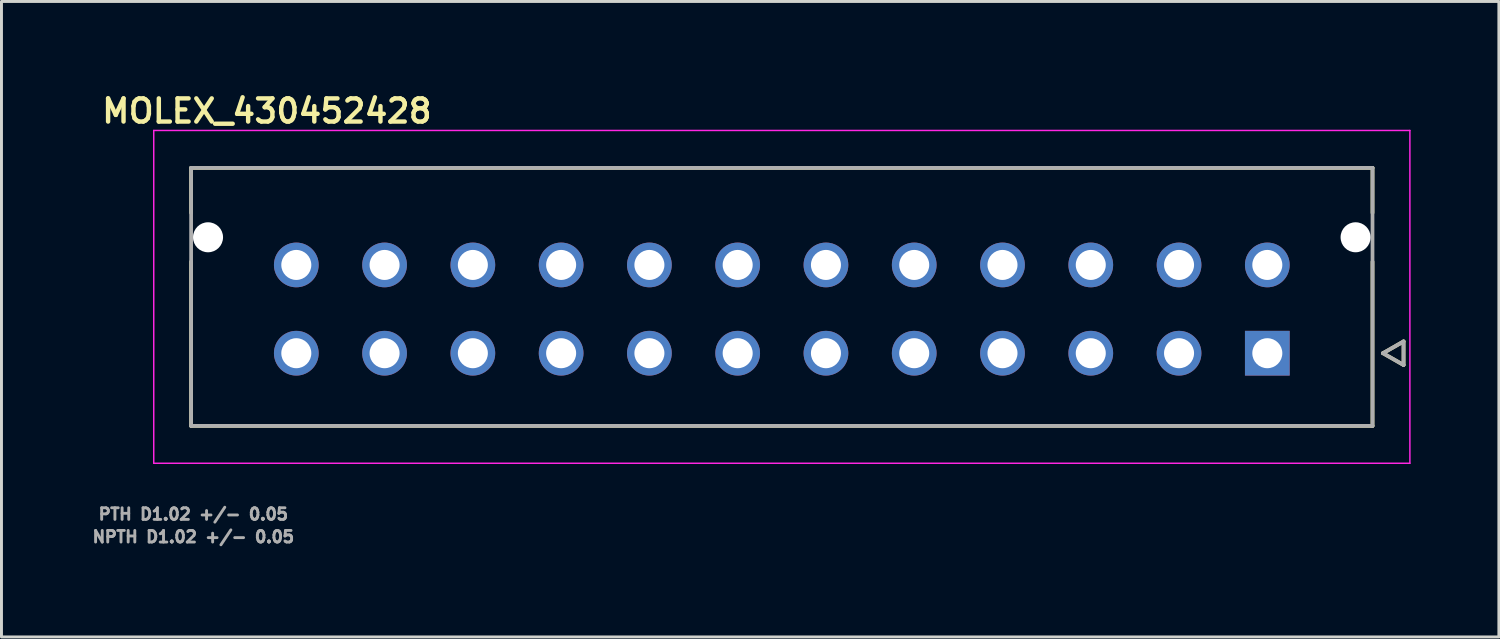
<source format=kicad_pcb>
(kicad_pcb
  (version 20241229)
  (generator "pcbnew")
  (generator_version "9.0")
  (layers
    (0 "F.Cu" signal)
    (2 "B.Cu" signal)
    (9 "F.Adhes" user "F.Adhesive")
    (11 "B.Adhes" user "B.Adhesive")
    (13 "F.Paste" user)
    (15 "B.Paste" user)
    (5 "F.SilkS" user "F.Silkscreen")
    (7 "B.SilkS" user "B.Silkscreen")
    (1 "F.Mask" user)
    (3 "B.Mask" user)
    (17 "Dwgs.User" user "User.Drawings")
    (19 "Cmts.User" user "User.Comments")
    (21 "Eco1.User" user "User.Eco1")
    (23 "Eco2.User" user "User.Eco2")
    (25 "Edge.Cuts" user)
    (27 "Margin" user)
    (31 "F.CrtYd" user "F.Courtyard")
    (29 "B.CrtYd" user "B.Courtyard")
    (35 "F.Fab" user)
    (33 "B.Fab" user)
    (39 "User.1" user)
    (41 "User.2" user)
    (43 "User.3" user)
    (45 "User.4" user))
  (footprint "MOLEX_430452428"
    (layer "F.Cu")
    (at 40.02 8.954)
    (property "Reference" "MOLEX_430452428" (at -34 -8.23 0) (layer "F.SilkS") (effects (font (size 0.787 0.787) (thickness 0.15))))
    (attr through_hole)
    (fp_circle (center -36 -3.94) (end -35.707 -3.94) (stroke (width 0.586) (type solid)) (fill no) (layer "F.Mask"))
    (fp_circle (center -33 -3) (end -32.582 -3) (stroke (width 0.836) (type solid)) (fill no) (layer "F.Mask"))
    (fp_circle (center -33 0) (end -32.582 0) (stroke (width 0.836) (type solid)) (fill no) (layer "F.Mask"))
    (fp_circle (center -30 -3) (end -29.582 -3) (stroke (width 0.836) (type solid)) (fill no) (layer "F.Mask"))
    (fp_circle (center -30 0) (end -29.582 0) (stroke (width 0.836) (type solid)) (fill no) (layer "F.Mask"))
    (fp_circle (center -27 -3) (end -26.582 -3) (stroke (width 0.836) (type solid)) (fill no) (layer "F.Mask"))
    (fp_circle (center -27 0) (end -26.582 0) (stroke (width 0.836) (type solid)) (fill no) (layer "F.Mask"))
    (fp_circle (center -24 -3) (end -23.582 -3) (stroke (width 0.836) (type solid)) (fill no) (layer "F.Mask"))
    (fp_circle (center -24 0) (end -23.582 0) (stroke (width 0.836) (type solid)) (fill no) (layer "F.Mask"))
    (fp_circle (center -21 -3) (end -20.582 -3) (stroke (width 0.836) (type solid)) (fill no) (layer "F.Mask"))
    (fp_circle (center -21 0) (end -20.582 0) (stroke (width 0.836) (type solid)) (fill no) (layer "F.Mask"))
    (fp_circle (center -18 -3) (end -17.582 -3) (stroke (width 0.836) (type solid)) (fill no) (layer "F.Mask"))
    (fp_circle (center -18 0) (end -17.582 0) (stroke (width 0.836) (type solid)) (fill no) (layer "F.Mask"))
    (fp_circle (center -15 -3) (end -14.582 -3) (stroke (width 0.836) (type solid)) (fill no) (layer "F.Mask"))
    (fp_circle (center -15 0) (end -14.582 0) (stroke (width 0.836) (type solid)) (fill no) (layer "F.Mask"))
    (fp_circle (center -12 -3) (end -11.582 -3) (stroke (width 0.836) (type solid)) (fill no) (layer "F.Mask"))
    (fp_circle (center -12 0) (end -11.582 0) (stroke (width 0.836) (type solid)) (fill no) (layer "F.Mask"))
    (fp_circle (center -9 -3) (end -8.582 -3) (stroke (width 0.836) (type solid)) (fill no) (layer "F.Mask"))
    (fp_circle (center -9 0) (end -8.582 0) (stroke (width 0.836) (type solid)) (fill no) (layer "F.Mask"))
    (fp_circle (center -6 -3) (end -5.582 -3) (stroke (width 0.836) (type solid)) (fill no) (layer "F.Mask"))
    (fp_circle (center -6 0) (end -5.582 0) (stroke (width 0.836) (type solid)) (fill no) (layer "F.Mask"))
    (fp_circle (center -3 -3) (end -2.582 -3) (stroke (width 0.836) (type solid)) (fill no) (layer "F.Mask"))
    (fp_circle (center -3 0) (end -2.582 0) (stroke (width 0.836) (type solid)) (fill no) (layer "F.Mask"))
    (fp_circle (center 0 -3) (end 0.418 -3) (stroke (width 0.836) (type solid)) (fill no) (layer "F.Mask"))
    (fp_circle (center 3 -3.94) (end 3.293 -3.94) (stroke (width 0.586) (type solid)) (fill no) (layer "F.Mask"))
    (fp_poly (pts (xy -0.836 -0.836) (xy 0.836 -0.836) (xy 0.836 0.836) (xy -0.836 0.836)) (stroke (width 0.01) (type solid)) (fill yes) (layer "F.Mask"))
    (fp_circle (center -36 -3.94) (end -35.707 -3.94) (stroke (width 0.586) (type solid)) (fill no) (layer "B.Mask"))
    (fp_circle (center -33 -3) (end -32.582 -3) (stroke (width 0.836) (type solid)) (fill no) (layer "B.Mask"))
    (fp_circle (center -33 0) (end -32.582 0) (stroke (width 0.836) (type solid)) (fill no) (layer "B.Mask"))
    (fp_circle (center -30 -3) (end -29.582 -3) (stroke (width 0.836) (type solid)) (fill no) (layer "B.Mask"))
    (fp_circle (center -30 0) (end -29.582 0) (stroke (width 0.836) (type solid)) (fill no) (layer "B.Mask"))
    (fp_circle (center -27 -3) (end -26.582 -3) (stroke (width 0.836) (type solid)) (fill no) (layer "B.Mask"))
    (fp_circle (center -27 0) (end -26.582 0) (stroke (width 0.836) (type solid)) (fill no) (layer "B.Mask"))
    (fp_circle (center -24 -3) (end -23.582 -3) (stroke (width 0.836) (type solid)) (fill no) (layer "B.Mask"))
    (fp_circle (center -24 0) (end -23.582 0) (stroke (width 0.836) (type solid)) (fill no) (layer "B.Mask"))
    (fp_circle (center -21 -3) (end -20.582 -3) (stroke (width 0.836) (type solid)) (fill no) (layer "B.Mask"))
    (fp_circle (center -21 0) (end -20.582 0) (stroke (width 0.836) (type solid)) (fill no) (layer "B.Mask"))
    (fp_circle (center -18 -3) (end -17.582 -3) (stroke (width 0.836) (type solid)) (fill no) (layer "B.Mask"))
    (fp_circle (center -18 0) (end -17.582 0) (stroke (width 0.836) (type solid)) (fill no) (layer "B.Mask"))
    (fp_circle (center -15 -3) (end -14.582 -3) (stroke (width 0.836) (type solid)) (fill no) (layer "B.Mask"))
    (fp_circle (center -15 0) (end -14.582 0) (stroke (width 0.836) (type solid)) (fill no) (layer "B.Mask"))
    (fp_circle (center -12 -3) (end -11.582 -3) (stroke (width 0.836) (type solid)) (fill no) (layer "B.Mask"))
    (fp_circle (center -12 0) (end -11.582 0) (stroke (width 0.836) (type solid)) (fill no) (layer "B.Mask"))
    (fp_circle (center -9 -3) (end -8.582 -3) (stroke (width 0.836) (type solid)) (fill no) (layer "B.Mask"))
    (fp_circle (center -9 0) (end -8.582 0) (stroke (width 0.836) (type solid)) (fill no) (layer "B.Mask"))
    (fp_circle (center -6 -3) (end -5.582 -3) (stroke (width 0.836) (type solid)) (fill no) (layer "B.Mask"))
    (fp_circle (center -6 0) (end -5.582 0) (stroke (width 0.836) (type solid)) (fill no) (layer "B.Mask"))
    (fp_circle (center -3 -3) (end -2.582 -3) (stroke (width 0.836) (type solid)) (fill no) (layer "B.Mask"))
    (fp_circle (center -3 0) (end -2.582 0) (stroke (width 0.836) (type solid)) (fill no) (layer "B.Mask"))
    (fp_circle (center 0 -3) (end 0.418 -3) (stroke (width 0.836) (type solid)) (fill no) (layer "B.Mask"))
    (fp_circle (center 0 -3) (end 0.418 -3) (stroke (width 0.836) (type solid)) (fill no) (layer "B.Mask"))
    (fp_circle (center 3 -3.94) (end 3.293 -3.94) (stroke (width 0.586) (type solid)) (fill no) (layer "B.Mask"))
    (fp_poly (pts (xy -0.836 -0.836) (xy 0.836 -0.836) (xy 0.836 0.836) (xy -0.836 0.836)) (stroke (width 0.01) (type solid)) (fill yes) (layer "B.Mask"))
    (fp_line (start -36.575 -6.3) (end 3.575 -6.3) (stroke (width 0.127) (type solid)) (layer "F.SilkS"))
    (fp_line (start -36.575 -4.77) (end -36.575 -6.3) (stroke (width 0.127) (type solid)) (layer "F.SilkS"))
    (fp_line (start -36.575 2.47) (end -36.575 -3.11) (stroke (width 0.127) (type solid)) (layer "F.SilkS"))
    (fp_line (start 3.575 -6.3) (end 3.575 -4.77) (stroke (width 0.127) (type solid)) (layer "F.SilkS"))
    (fp_line (start 3.575 -3.11) (end 3.575 2.47) (stroke (width 0.127) (type solid)) (layer "F.SilkS"))
    (fp_line (start 3.575 2.47) (end -36.575 2.47) (stroke (width 0.127) (type solid)) (layer "F.SilkS"))
    (fp_line (start 3.93 0) (end 4.63 0.4) (stroke (width 0.127) (type solid)) (layer "F.SilkS"))
    (fp_line (start 4.63 -0.4) (end 3.93 0) (stroke (width 0.127) (type solid)) (layer "F.SilkS"))
    (fp_line (start 4.63 0.4) (end 4.63 -0.4) (stroke (width 0.127) (type solid)) (layer "F.SilkS"))
    (fp_line (start -37.845 -7.57) (end 4.845 -7.57) (stroke (width 0.05) (type solid)) (layer "F.CrtYd"))
    (fp_line (start -37.845 3.74) (end -37.845 -7.57) (stroke (width 0.05) (type solid)) (layer "F.CrtYd"))
    (fp_line (start 4.845 -7.57) (end 4.845 3.74) (stroke (width 0.05) (type solid)) (layer "F.CrtYd"))
    (fp_line (start 4.845 3.74) (end -37.845 3.74) (stroke (width 0.05) (type solid)) (layer "F.CrtYd"))
    (fp_line (start -36.575 -6.3) (end -36.575 2.47) (stroke (width 0.127) (type solid)) (layer "F.Fab"))
    (fp_line (start -36.575 2.47) (end 3.575 2.47) (stroke (width 0.127) (type solid)) (layer "F.Fab"))
    (fp_line (start 3.575 -6.3) (end -36.575 -6.3) (stroke (width 0.127) (type solid)) (layer "F.Fab"))
    (fp_line (start 3.575 2.47) (end 3.575 -6.3) (stroke (width 0.127) (type solid)) (layer "F.Fab"))
    (fp_line (start 3.93 0) (end 4.63 0.4) (stroke (width 0.127) (type solid)) (layer "F.Fab"))
    (fp_line (start 4.63 -0.4) (end 3.93 0) (stroke (width 0.127) (type solid)) (layer "F.Fab"))
    (fp_line (start 4.63 0.4) (end 4.63 -0.4) (stroke (width 0.127) (type solid)) (layer "F.Fab"))
    (fp_text user "NPTH D1.02 +/- 0.05" (at -36.5 6.24 0) (layer "F.Fab") (effects (font (size 0.394 0.394) (thickness 0.15))))
    (fp_text user "PTH D1.02 +/- 0.05" (at -36.5 5.47 0) (layer "F.Fab") (effects (font (size 0.394 0.394) (thickness 0.15))))
    (pad "" np_thru_hole circle (at -36 -3.94) (size 1.02 1.02) (drill 1.02) (layers "*.Cu" "*.Mask"))
    (pad "" np_thru_hole circle (at 3 -3.94) (size 1.02 1.02) (drill 1.02) (layers "*.Cu" "*.Mask"))
    (pad "1" thru_hole rect (at 0 0) (size 1.52 1.52) (drill 1.02) (layers "*.Cu"))
    (pad "2" thru_hole circle (at -3 0) (size 1.52 1.52) (drill 1.02) (layers "*.Cu"))
    (pad "3" thru_hole circle (at -6 0) (size 1.52 1.52) (drill 1.02) (layers "*.Cu"))
    (pad "4" thru_hole circle (at -9 0) (size 1.52 1.52) (drill 1.02) (layers "*.Cu"))
    (pad "5" thru_hole circle (at -12 0) (size 1.52 1.52) (drill 1.02) (layers "*.Cu"))
    (pad "6" thru_hole circle (at -15 0) (size 1.52 1.52) (drill 1.02) (layers "*.Cu"))
    (pad "7" thru_hole circle (at -18 0) (size 1.52 1.52) (drill 1.02) (layers "*.Cu"))
    (pad "8" thru_hole circle (at -21 0) (size 1.52 1.52) (drill 1.02) (layers "*.Cu"))
    (pad "9" thru_hole circle (at -24 0) (size 1.52 1.52) (drill 1.02) (layers "*.Cu"))
    (pad "10" thru_hole circle (at -27 0) (size 1.52 1.52) (drill 1.02) (layers "*.Cu"))
    (pad "11" thru_hole circle (at -30 0) (size 1.52 1.52) (drill 1.02) (layers "*.Cu"))
    (pad "12" thru_hole circle (at -33 0) (size 1.52 1.52) (drill 1.02) (layers "*.Cu"))
    (pad "13" thru_hole circle (at 0 -3) (size 1.52 1.52) (drill 1.02) (layers "*.Cu"))
    (pad "14" thru_hole circle (at -3 -3) (size 1.52 1.52) (drill 1.02) (layers "*.Cu"))
    (pad "15" thru_hole circle (at -6 -3) (size 1.52 1.52) (drill 1.02) (layers "*.Cu"))
    (pad "16" thru_hole circle (at -9 -3) (size 1.52 1.52) (drill 1.02) (layers "*.Cu"))
    (pad "17" thru_hole circle (at -12 -3) (size 1.52 1.52) (drill 1.02) (layers "*.Cu"))
    (pad "18" thru_hole circle (at -15 -3) (size 1.52 1.52) (drill 1.02) (layers "*.Cu"))
    (pad "19" thru_hole circle (at -18 -3) (size 1.52 1.52) (drill 1.02) (layers "*.Cu"))
    (pad "20" thru_hole circle (at -21 -3) (size 1.52 1.52) (drill 1.02) (layers "*.Cu"))
    (pad "21" thru_hole circle (at -24 -3) (size 1.52 1.52) (drill 1.02) (layers "*.Cu"))
    (pad "22" thru_hole circle (at -27 -3) (size 1.52 1.52) (drill 1.02) (layers "*.Cu"))
    (pad "23" thru_hole circle (at -30 -3) (size 1.52 1.52) (drill 1.02) (layers "*.Cu"))
    (pad "24" thru_hole circle (at -33 -3) (size 1.52 1.52) (drill 1.02) (layers "*.Cu")))
  (gr_rect
    (start -3 -3)
    (end 47.89 18.597)
    (stroke (width 0.1) (type default))
    (fill no)
    (layer "Edge.Cuts")))
</source>
